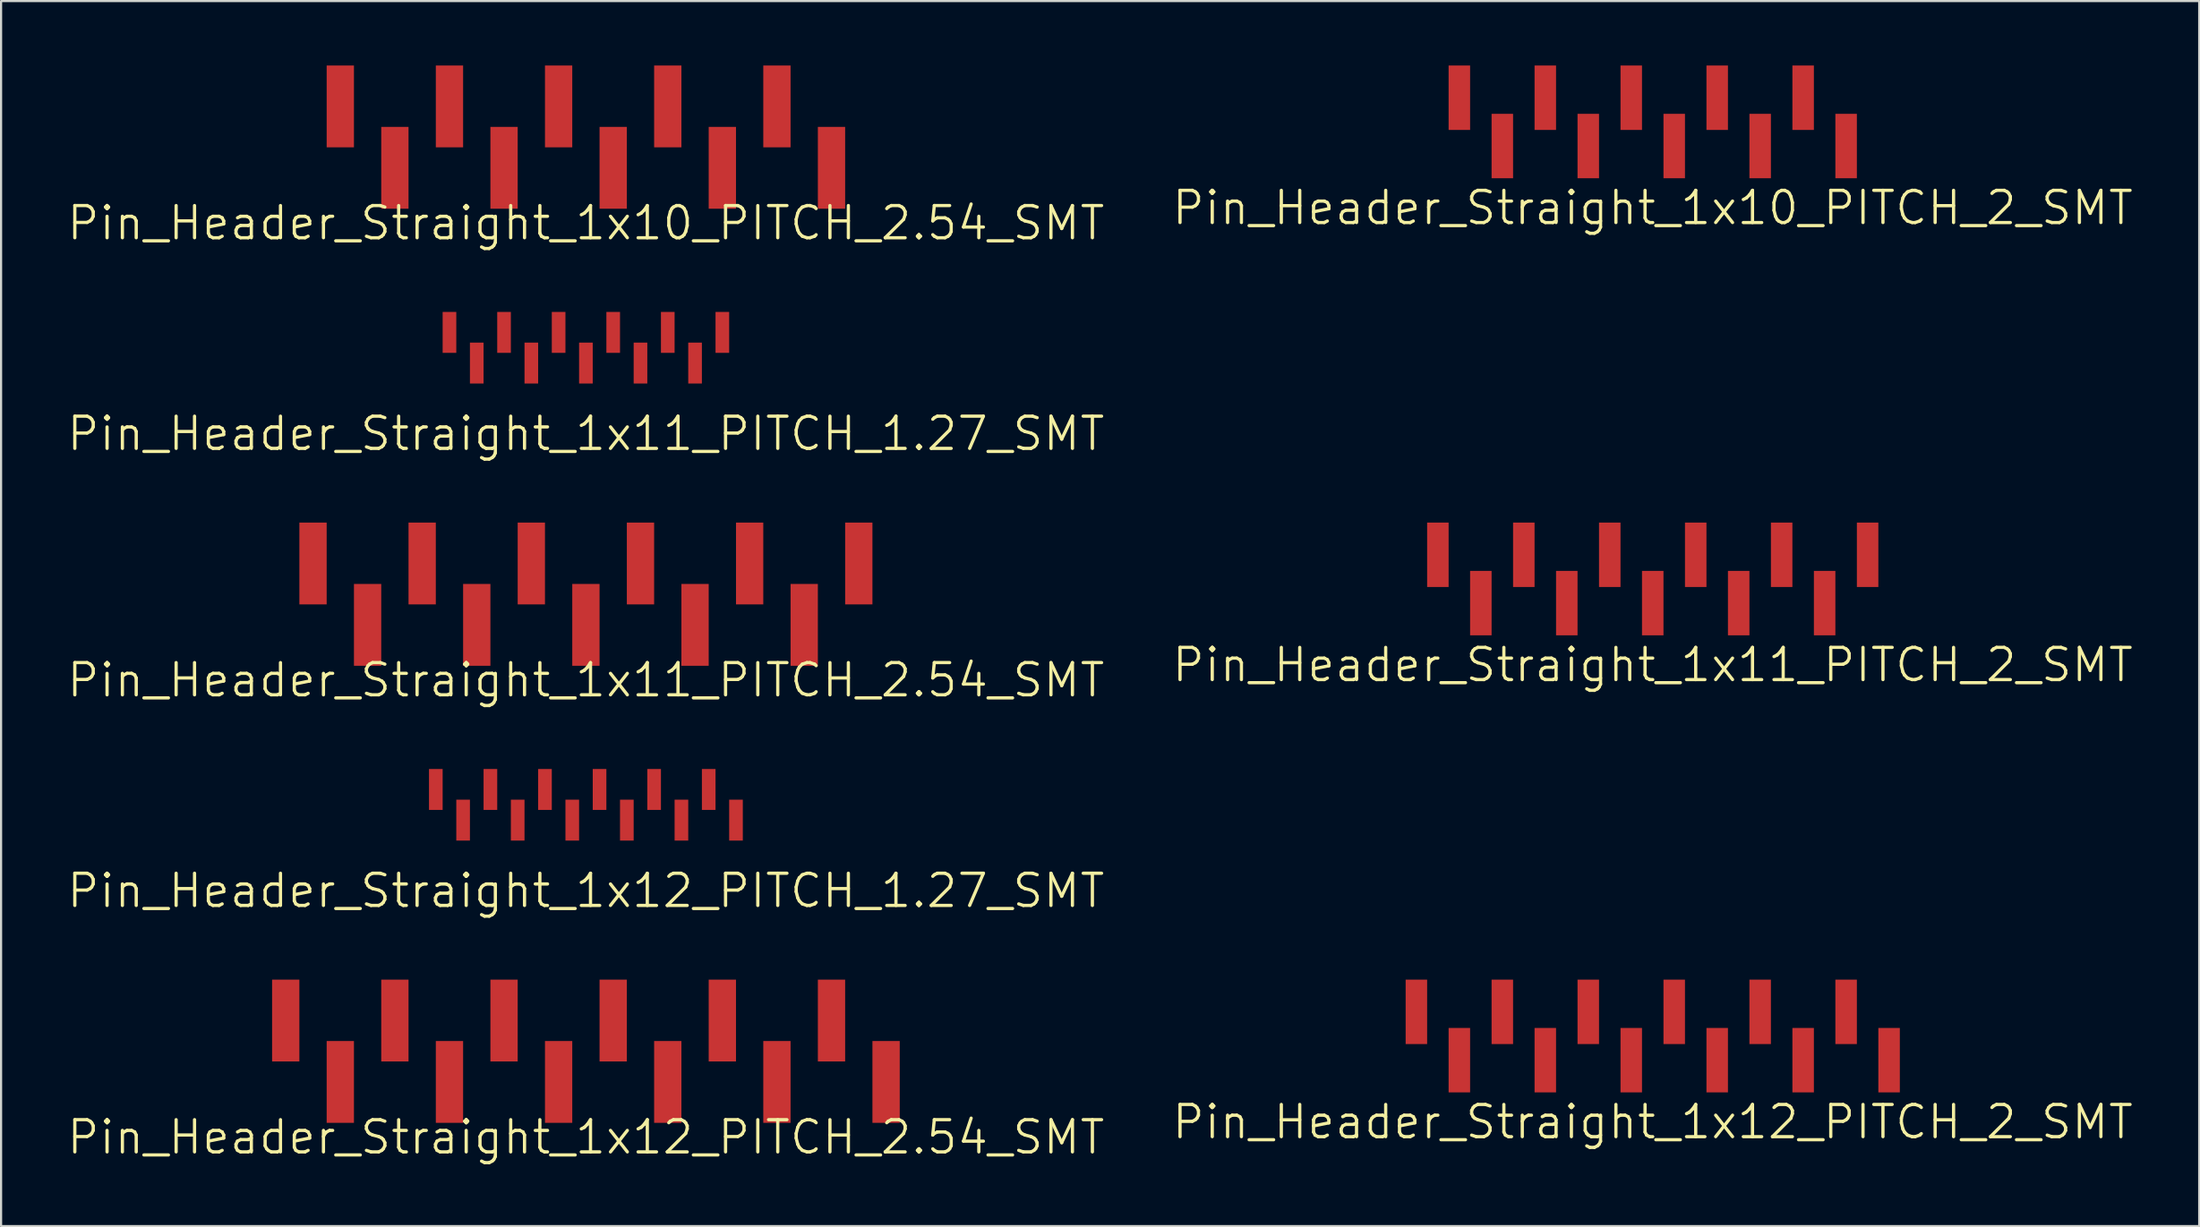
<source format=kicad_pcb>
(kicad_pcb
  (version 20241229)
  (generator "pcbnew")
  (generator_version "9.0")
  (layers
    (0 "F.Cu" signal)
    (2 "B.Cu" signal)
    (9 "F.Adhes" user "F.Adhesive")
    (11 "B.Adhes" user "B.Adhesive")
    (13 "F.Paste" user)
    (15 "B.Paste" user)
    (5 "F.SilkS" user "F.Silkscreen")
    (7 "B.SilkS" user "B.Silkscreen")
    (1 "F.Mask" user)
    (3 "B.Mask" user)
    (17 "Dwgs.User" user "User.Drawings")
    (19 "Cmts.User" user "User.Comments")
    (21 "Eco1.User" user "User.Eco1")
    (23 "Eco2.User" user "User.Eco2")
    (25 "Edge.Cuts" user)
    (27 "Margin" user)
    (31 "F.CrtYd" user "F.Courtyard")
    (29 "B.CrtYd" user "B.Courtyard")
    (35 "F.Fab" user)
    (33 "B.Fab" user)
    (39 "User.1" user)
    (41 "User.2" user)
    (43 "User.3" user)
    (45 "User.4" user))
  (footprint "Pin_Header_Straight_1x10_PITCH_2_SMT"
    (layer "F.Cu")
    (at 73.868 2.625)
    (property "Reference" "Pin_Header_Straight_1x10_PITCH_2_SMT" (at 0 4 0) (layer "F.SilkS") (effects (font (size 1.5 1.5) (thickness 0.15))))
    (attr through_hole)
    (pad "1" smd rect (at -9 -1.125) (size 1 3) (layers "F.Cu" "F.Mask" "F.Paste"))
    (pad "2" smd rect (at -7 1.125) (size 1 3) (layers "F.Cu" "F.Mask" "F.Paste"))
    (pad "3" smd rect (at -5 -1.125) (size 1 3) (layers "F.Cu" "F.Mask" "F.Paste"))
    (pad "4" smd rect (at -3 1.125) (size 1 3) (layers "F.Cu" "F.Mask" "F.Paste"))
    (pad "5" smd rect (at -1 -1.125) (size 1 3) (layers "F.Cu" "F.Mask" "F.Paste"))
    (pad "6" smd rect (at 1 1.125) (size 1 3) (layers "F.Cu" "F.Mask" "F.Paste"))
    (pad "7" smd rect (at 3 -1.125) (size 1 3) (layers "F.Cu" "F.Mask" "F.Paste"))
    (pad "8" smd rect (at 5 1.125) (size 1 3) (layers "F.Cu" "F.Mask" "F.Paste"))
    (pad "9" smd rect (at 7 -1.125) (size 1 3) (layers "F.Cu" "F.Mask" "F.Paste"))
    (pad "10" smd rect (at 9 1.125) (size 1 3) (layers "F.Cu" "F.Mask" "F.Paste")))
  (footprint "Pin_Header_Straight_1x10_PITCH_2.54_SMT"
    (layer "F.Cu")
    (at 24.218 3.334)
    (property "Reference" "Pin_Header_Straight_1x10_PITCH_2.54_SMT" (at 0 4 0) (layer "F.SilkS") (effects (font (size 1.5 1.5) (thickness 0.15))))
    (attr through_hole)
    (pad "1" smd rect (at -11.43 -1.429) (size 1.27 3.81) (layers "F.Cu" "F.Mask" "F.Paste"))
    (pad "2" smd rect (at -8.89 1.429) (size 1.27 3.81) (layers "F.Cu" "F.Mask" "F.Paste"))
    (pad "3" smd rect (at -6.35 -1.429) (size 1.27 3.81) (layers "F.Cu" "F.Mask" "F.Paste"))
    (pad "4" smd rect (at -3.81 1.429) (size 1.27 3.81) (layers "F.Cu" "F.Mask" "F.Paste"))
    (pad "5" smd rect (at -1.27 -1.429) (size 1.27 3.81) (layers "F.Cu" "F.Mask" "F.Paste"))
    (pad "6" smd rect (at 1.27 1.429) (size 1.27 3.81) (layers "F.Cu" "F.Mask" "F.Paste"))
    (pad "7" smd rect (at 3.81 -1.429) (size 1.27 3.81) (layers "F.Cu" "F.Mask" "F.Paste"))
    (pad "8" smd rect (at 6.35 1.429) (size 1.27 3.81) (layers "F.Cu" "F.Mask" "F.Paste"))
    (pad "9" smd rect (at 8.89 -1.429) (size 1.27 3.81) (layers "F.Cu" "F.Mask" "F.Paste"))
    (pad "10" smd rect (at 11.43 1.429) (size 1.27 3.81) (layers "F.Cu" "F.Mask" "F.Paste")))
  (footprint "Pin_Header_Straight_1x12_PITCH_2_SMT"
    (layer "F.Cu")
    (at 73.868 45.189)
    (property "Reference" "Pin_Header_Straight_1x12_PITCH_2_SMT" (at 0 4 0) (layer "F.SilkS") (effects (font (size 1.5 1.5) (thickness 0.15))))
    (attr through_hole)
    (pad "1" smd rect (at -11 -1.125) (size 1 3) (layers "F.Cu" "F.Mask" "F.Paste"))
    (pad "2" smd rect (at -9 1.125) (size 1 3) (layers "F.Cu" "F.Mask" "F.Paste"))
    (pad "3" smd rect (at -7 -1.125) (size 1 3) (layers "F.Cu" "F.Mask" "F.Paste"))
    (pad "4" smd rect (at -5 1.125) (size 1 3) (layers "F.Cu" "F.Mask" "F.Paste"))
    (pad "5" smd rect (at -3 -1.125) (size 1 3) (layers "F.Cu" "F.Mask" "F.Paste"))
    (pad "6" smd rect (at -1 1.125) (size 1 3) (layers "F.Cu" "F.Mask" "F.Paste"))
    (pad "7" smd rect (at 1 -1.125) (size 1 3) (layers "F.Cu" "F.Mask" "F.Paste"))
    (pad "8" smd rect (at 3 1.125) (size 1 3) (layers "F.Cu" "F.Mask" "F.Paste"))
    (pad "9" smd rect (at 5 -1.125) (size 1 3) (layers "F.Cu" "F.Mask" "F.Paste"))
    (pad "10" smd rect (at 7 1.125) (size 1 3) (layers "F.Cu" "F.Mask" "F.Paste"))
    (pad "11" smd rect (at 9 -1.125) (size 1 3) (layers "F.Cu" "F.Mask" "F.Paste"))
    (pad "12" smd rect (at 11 1.125) (size 1 3) (layers "F.Cu" "F.Mask" "F.Paste")))
  (footprint "Pin_Header_Straight_1x11_PITCH_2_SMT"
    (layer "F.Cu")
    (at 73.868 23.907)
    (property "Reference" "Pin_Header_Straight_1x11_PITCH_2_SMT" (at 0 4 0) (layer "F.SilkS") (effects (font (size 1.5 1.5) (thickness 0.15))))
    (attr through_hole)
    (pad "1" smd rect (at -10 -1.125) (size 1 3) (layers "F.Cu" "F.Mask" "F.Paste"))
    (pad "2" smd rect (at -8 1.125) (size 1 3) (layers "F.Cu" "F.Mask" "F.Paste"))
    (pad "3" smd rect (at -6 -1.125) (size 1 3) (layers "F.Cu" "F.Mask" "F.Paste"))
    (pad "4" smd rect (at -4 1.125) (size 1 3) (layers "F.Cu" "F.Mask" "F.Paste"))
    (pad "5" smd rect (at -2 -1.125) (size 1 3) (layers "F.Cu" "F.Mask" "F.Paste"))
    (pad "6" smd rect (at 0 1.125) (size 1 3) (layers "F.Cu" "F.Mask" "F.Paste"))
    (pad "7" smd rect (at 2 -1.125) (size 1 3) (layers "F.Cu" "F.Mask" "F.Paste"))
    (pad "8" smd rect (at 4 1.125) (size 1 3) (layers "F.Cu" "F.Mask" "F.Paste"))
    (pad "9" smd rect (at 6 -1.125) (size 1 3) (layers "F.Cu" "F.Mask" "F.Paste"))
    (pad "10" smd rect (at 8 1.125) (size 1 3) (layers "F.Cu" "F.Mask" "F.Paste"))
    (pad "11" smd rect (at 10 -1.125) (size 1 3) (layers "F.Cu" "F.Mask" "F.Paste")))
  (footprint "Pin_Header_Straight_1x12_PITCH_1.27_SMT"
    (layer "F.Cu")
    (at 24.218 34.423)
    (property "Reference" "Pin_Header_Straight_1x12_PITCH_1.27_SMT" (at 0 4 0) (layer "F.SilkS") (effects (font (size 1.5 1.5) (thickness 0.15))))
    (attr through_hole)
    (pad "1" smd rect (at -6.985 -0.714) (size 0.635 1.905) (layers "F.Cu" "F.Mask" "F.Paste"))
    (pad "2" smd rect (at -5.715 0.714) (size 0.635 1.905) (layers "F.Cu" "F.Mask" "F.Paste"))
    (pad "3" smd rect (at -4.445 -0.714) (size 0.635 1.905) (layers "F.Cu" "F.Mask" "F.Paste"))
    (pad "4" smd rect (at -3.175 0.714) (size 0.635 1.905) (layers "F.Cu" "F.Mask" "F.Paste"))
    (pad "5" smd rect (at -1.905 -0.714) (size 0.635 1.905) (layers "F.Cu" "F.Mask" "F.Paste"))
    (pad "6" smd rect (at -0.635 0.714) (size 0.635 1.905) (layers "F.Cu" "F.Mask" "F.Paste"))
    (pad "7" smd rect (at 0.635 -0.714) (size 0.635 1.905) (layers "F.Cu" "F.Mask" "F.Paste"))
    (pad "8" smd rect (at 1.905 0.714) (size 0.635 1.905) (layers "F.Cu" "F.Mask" "F.Paste"))
    (pad "9" smd rect (at 3.175 -0.714) (size 0.635 1.905) (layers "F.Cu" "F.Mask" "F.Paste"))
    (pad "10" smd rect (at 4.445 0.714) (size 0.635 1.905) (layers "F.Cu" "F.Mask" "F.Paste"))
    (pad "11" smd rect (at 5.715 -0.714) (size 0.635 1.905) (layers "F.Cu" "F.Mask" "F.Paste"))
    (pad "12" smd rect (at 6.985 0.714) (size 0.635 1.905) (layers "F.Cu" "F.Mask" "F.Paste")))
  (footprint "Pin_Header_Straight_1x12_PITCH_2.54_SMT"
    (layer "F.Cu")
    (at 24.218 45.898)
    (property "Reference" "Pin_Header_Straight_1x12_PITCH_2.54_SMT" (at 0 4 0) (layer "F.SilkS") (effects (font (size 1.5 1.5) (thickness 0.15))))
    (attr through_hole)
    (pad "1" smd rect (at -13.97 -1.429) (size 1.27 3.81) (layers "F.Cu" "F.Mask" "F.Paste"))
    (pad "2" smd rect (at -11.43 1.429) (size 1.27 3.81) (layers "F.Cu" "F.Mask" "F.Paste"))
    (pad "3" smd rect (at -8.89 -1.429) (size 1.27 3.81) (layers "F.Cu" "F.Mask" "F.Paste"))
    (pad "4" smd rect (at -6.35 1.429) (size 1.27 3.81) (layers "F.Cu" "F.Mask" "F.Paste"))
    (pad "5" smd rect (at -3.81 -1.429) (size 1.27 3.81) (layers "F.Cu" "F.Mask" "F.Paste"))
    (pad "6" smd rect (at -1.27 1.429) (size 1.27 3.81) (layers "F.Cu" "F.Mask" "F.Paste"))
    (pad "7" smd rect (at 1.27 -1.429) (size 1.27 3.81) (layers "F.Cu" "F.Mask" "F.Paste"))
    (pad "8" smd rect (at 3.81 1.429) (size 1.27 3.81) (layers "F.Cu" "F.Mask" "F.Paste"))
    (pad "9" smd rect (at 6.35 -1.429) (size 1.27 3.81) (layers "F.Cu" "F.Mask" "F.Paste"))
    (pad "10" smd rect (at 8.89 1.429) (size 1.27 3.81) (layers "F.Cu" "F.Mask" "F.Paste"))
    (pad "11" smd rect (at 11.43 -1.429) (size 1.27 3.81) (layers "F.Cu" "F.Mask" "F.Paste"))
    (pad "12" smd rect (at 13.97 1.429) (size 1.27 3.81) (layers "F.Cu" "F.Mask" "F.Paste")))
  (footprint "Pin_Header_Straight_1x11_PITCH_1.27_SMT"
    (layer "F.Cu")
    (at 24.218 13.141)
    (property "Reference" "Pin_Header_Straight_1x11_PITCH_1.27_SMT" (at 0 4 0) (layer "F.SilkS") (effects (font (size 1.5 1.5) (thickness 0.15))))
    (attr through_hole)
    (pad "1" smd rect (at -6.35 -0.714) (size 0.635 1.905) (layers "F.Cu" "F.Mask" "F.Paste"))
    (pad "2" smd rect (at -5.08 0.714) (size 0.635 1.905) (layers "F.Cu" "F.Mask" "F.Paste"))
    (pad "3" smd rect (at -3.81 -0.714) (size 0.635 1.905) (layers "F.Cu" "F.Mask" "F.Paste"))
    (pad "4" smd rect (at -2.54 0.714) (size 0.635 1.905) (layers "F.Cu" "F.Mask" "F.Paste"))
    (pad "5" smd rect (at -1.27 -0.714) (size 0.635 1.905) (layers "F.Cu" "F.Mask" "F.Paste"))
    (pad "6" smd rect (at 0 0.714) (size 0.635 1.905) (layers "F.Cu" "F.Mask" "F.Paste"))
    (pad "7" smd rect (at 1.27 -0.714) (size 0.635 1.905) (layers "F.Cu" "F.Mask" "F.Paste"))
    (pad "8" smd rect (at 2.54 0.714) (size 0.635 1.905) (layers "F.Cu" "F.Mask" "F.Paste"))
    (pad "9" smd rect (at 3.81 -0.714) (size 0.635 1.905) (layers "F.Cu" "F.Mask" "F.Paste"))
    (pad "10" smd rect (at 5.08 0.714) (size 0.635 1.905) (layers "F.Cu" "F.Mask" "F.Paste"))
    (pad "11" smd rect (at 6.35 -0.714) (size 0.635 1.905) (layers "F.Cu" "F.Mask" "F.Paste")))
  (footprint "Pin_Header_Straight_1x11_PITCH_2.54_SMT"
    (layer "F.Cu")
    (at 24.218 24.616)
    (property "Reference" "Pin_Header_Straight_1x11_PITCH_2.54_SMT" (at 0 4 0) (layer "F.SilkS") (effects (font (size 1.5 1.5) (thickness 0.15))))
    (attr through_hole)
    (pad "1" smd rect (at -12.7 -1.429) (size 1.27 3.81) (layers "F.Cu" "F.Mask" "F.Paste"))
    (pad "2" smd rect (at -10.16 1.429) (size 1.27 3.81) (layers "F.Cu" "F.Mask" "F.Paste"))
    (pad "3" smd rect (at -7.62 -1.429) (size 1.27 3.81) (layers "F.Cu" "F.Mask" "F.Paste"))
    (pad "4" smd rect (at -5.08 1.429) (size 1.27 3.81) (layers "F.Cu" "F.Mask" "F.Paste"))
    (pad "5" smd rect (at -2.54 -1.429) (size 1.27 3.81) (layers "F.Cu" "F.Mask" "F.Paste"))
    (pad "6" smd rect (at 0 1.429) (size 1.27 3.81) (layers "F.Cu" "F.Mask" "F.Paste"))
    (pad "7" smd rect (at 2.54 -1.429) (size 1.27 3.81) (layers "F.Cu" "F.Mask" "F.Paste"))
    (pad "8" smd rect (at 5.08 1.429) (size 1.27 3.81) (layers "F.Cu" "F.Mask" "F.Paste"))
    (pad "9" smd rect (at 7.62 -1.429) (size 1.27 3.81) (layers "F.Cu" "F.Mask" "F.Paste"))
    (pad "10" smd rect (at 10.16 1.429) (size 1.27 3.81) (layers "F.Cu" "F.Mask" "F.Paste"))
    (pad "11" smd rect (at 12.7 -1.429) (size 1.27 3.81) (layers "F.Cu" "F.Mask" "F.Paste")))
  (gr_rect
    (start -3 -3)
    (end 99.3 54.039)
    (stroke (width 0.1) (type default))
    (fill no)
    (layer "Edge.Cuts")))
</source>
